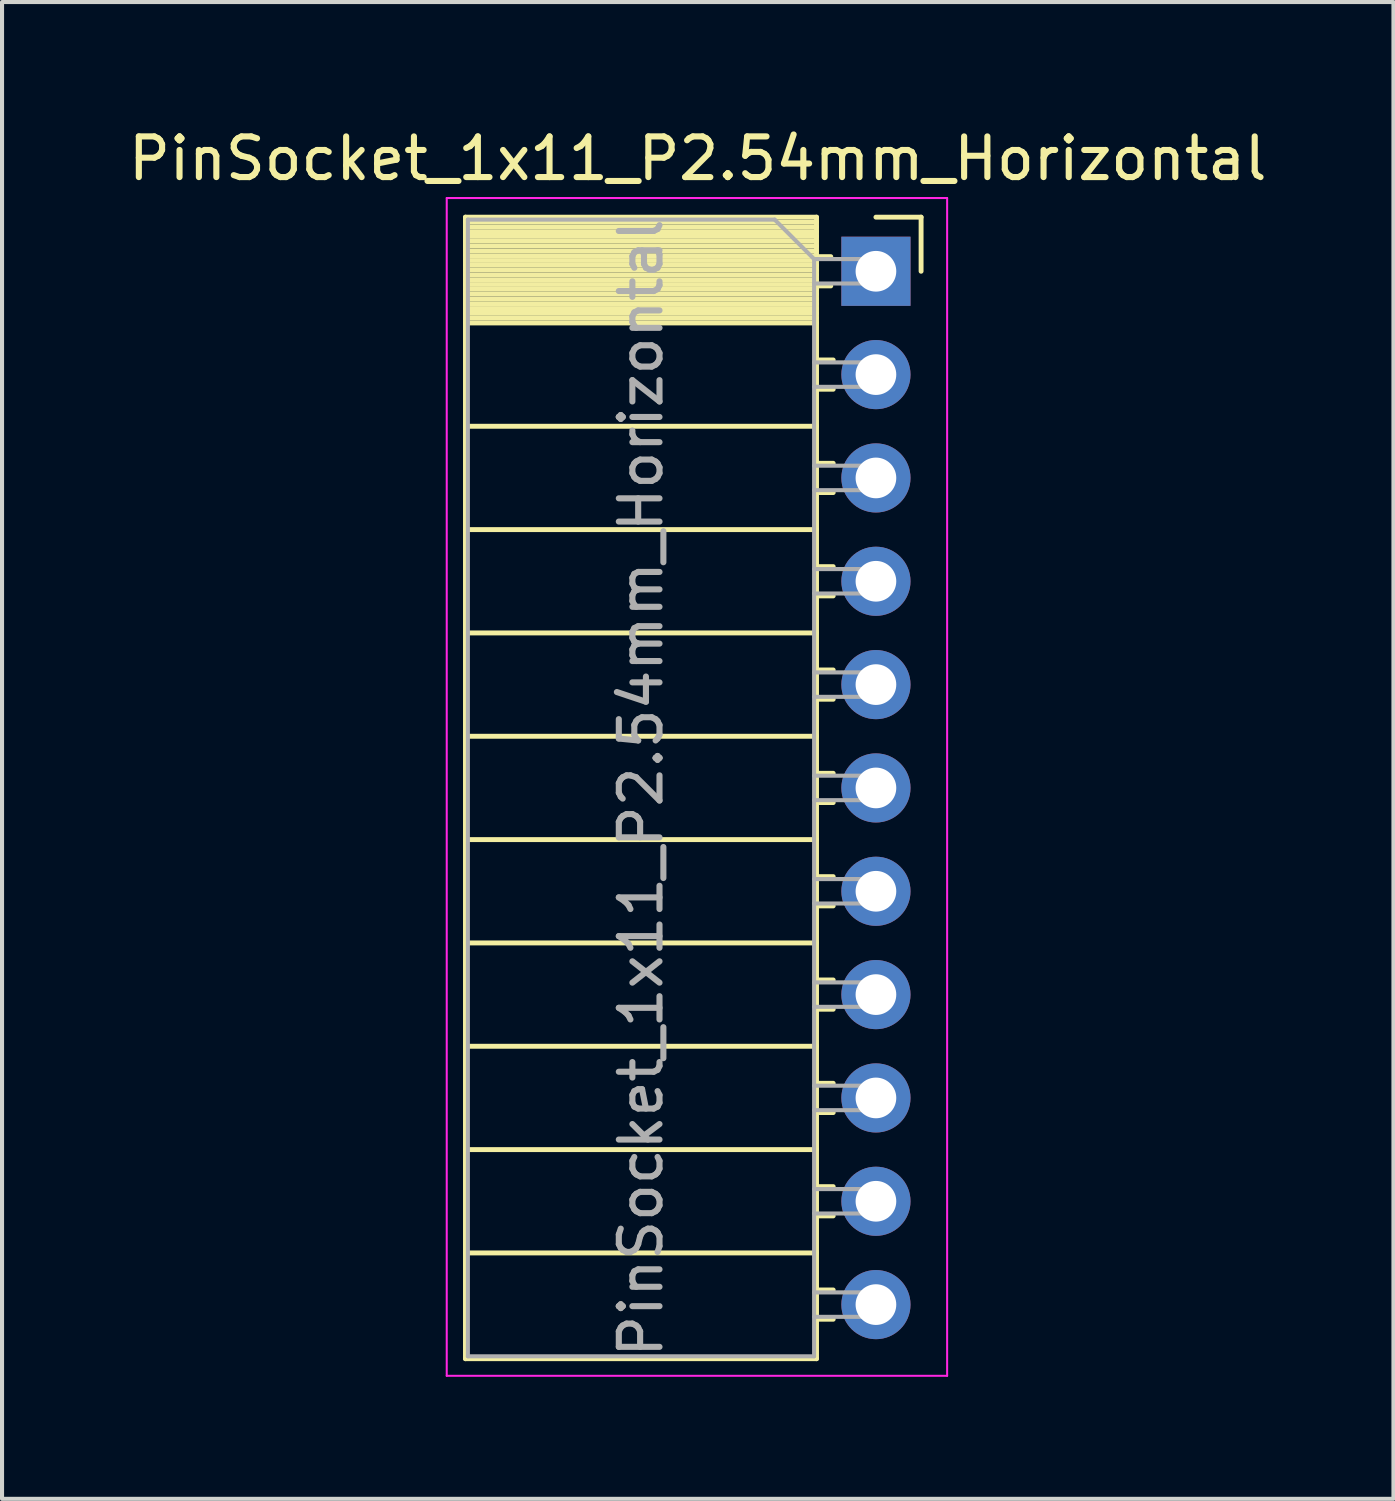
<source format=kicad_pcb>
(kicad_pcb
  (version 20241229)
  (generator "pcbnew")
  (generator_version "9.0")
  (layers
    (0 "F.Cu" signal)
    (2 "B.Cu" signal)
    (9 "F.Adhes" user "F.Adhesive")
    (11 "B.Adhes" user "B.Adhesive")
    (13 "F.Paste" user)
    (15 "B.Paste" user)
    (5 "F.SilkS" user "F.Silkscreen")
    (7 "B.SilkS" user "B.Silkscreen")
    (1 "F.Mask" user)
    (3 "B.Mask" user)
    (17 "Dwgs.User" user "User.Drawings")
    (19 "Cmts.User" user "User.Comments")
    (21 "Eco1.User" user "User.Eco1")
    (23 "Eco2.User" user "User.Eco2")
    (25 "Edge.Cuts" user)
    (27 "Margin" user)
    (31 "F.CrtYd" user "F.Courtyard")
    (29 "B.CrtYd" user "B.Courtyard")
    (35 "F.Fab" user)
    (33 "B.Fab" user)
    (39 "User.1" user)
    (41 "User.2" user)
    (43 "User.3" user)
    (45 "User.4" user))
  (footprint "PinSocket_1x11_P2.54mm_Horizontal"
    (layer "F.Cu")
    (at 18.481 3.618)
    (property "Reference" "PinSocket_1x11_P2.54mm_Horizontal" (at -4.38 -2.77 0) (layer "F.SilkS") (effects (font (size 1 1) (thickness 0.15))))
    (attr through_hole)
    (fp_line (start -10.09 -1.33) (end -10.09 26.73) (stroke (width 0.12) (type solid)) (layer "F.SilkS"))
    (fp_line (start -10.09 -1.33) (end -1.46 -1.33) (stroke (width 0.12) (type solid)) (layer "F.SilkS"))
    (fp_line (start -10.09 -1.21) (end -1.46 -1.21) (stroke (width 0.12) (type solid)) (layer "F.SilkS"))
    (fp_line (start -10.09 -1.092) (end -1.46 -1.092) (stroke (width 0.12) (type solid)) (layer "F.SilkS"))
    (fp_line (start -10.09 -0.974) (end -1.46 -0.974) (stroke (width 0.12) (type solid)) (layer "F.SilkS"))
    (fp_line (start -10.09 -0.856) (end -1.46 -0.856) (stroke (width 0.12) (type solid)) (layer "F.SilkS"))
    (fp_line (start -10.09 -0.738) (end -1.46 -0.738) (stroke (width 0.12) (type solid)) (layer "F.SilkS"))
    (fp_line (start -10.09 -0.62) (end -1.46 -0.62) (stroke (width 0.12) (type solid)) (layer "F.SilkS"))
    (fp_line (start -10.09 -0.501) (end -1.46 -0.501) (stroke (width 0.12) (type solid)) (layer "F.SilkS"))
    (fp_line (start -10.09 -0.383) (end -1.46 -0.383) (stroke (width 0.12) (type solid)) (layer "F.SilkS"))
    (fp_line (start -10.09 -0.265) (end -1.46 -0.265) (stroke (width 0.12) (type solid)) (layer "F.SilkS"))
    (fp_line (start -10.09 -0.147) (end -1.46 -0.147) (stroke (width 0.12) (type solid)) (layer "F.SilkS"))
    (fp_line (start -10.09 -0.029) (end -1.46 -0.029) (stroke (width 0.12) (type solid)) (layer "F.SilkS"))
    (fp_line (start -10.09 0.089) (end -1.46 0.089) (stroke (width 0.12) (type solid)) (layer "F.SilkS"))
    (fp_line (start -10.09 0.207) (end -1.46 0.207) (stroke (width 0.12) (type solid)) (layer "F.SilkS"))
    (fp_line (start -10.09 0.325) (end -1.46 0.325) (stroke (width 0.12) (type solid)) (layer "F.SilkS"))
    (fp_line (start -10.09 0.443) (end -1.46 0.443) (stroke (width 0.12) (type solid)) (layer "F.SilkS"))
    (fp_line (start -10.09 0.561) (end -1.46 0.561) (stroke (width 0.12) (type solid)) (layer "F.SilkS"))
    (fp_line (start -10.09 0.68) (end -1.46 0.68) (stroke (width 0.12) (type solid)) (layer "F.SilkS"))
    (fp_line (start -10.09 0.798) (end -1.46 0.798) (stroke (width 0.12) (type solid)) (layer "F.SilkS"))
    (fp_line (start -10.09 0.916) (end -1.46 0.916) (stroke (width 0.12) (type solid)) (layer "F.SilkS"))
    (fp_line (start -10.09 1.034) (end -1.46 1.034) (stroke (width 0.12) (type solid)) (layer "F.SilkS"))
    (fp_line (start -10.09 1.152) (end -1.46 1.152) (stroke (width 0.12) (type solid)) (layer "F.SilkS"))
    (fp_line (start -10.09 1.27) (end -1.46 1.27) (stroke (width 0.12) (type solid)) (layer "F.SilkS"))
    (fp_line (start -10.09 3.81) (end -1.46 3.81) (stroke (width 0.12) (type solid)) (layer "F.SilkS"))
    (fp_line (start -10.09 6.35) (end -1.46 6.35) (stroke (width 0.12) (type solid)) (layer "F.SilkS"))
    (fp_line (start -10.09 8.89) (end -1.46 8.89) (stroke (width 0.12) (type solid)) (layer "F.SilkS"))
    (fp_line (start -10.09 11.43) (end -1.46 11.43) (stroke (width 0.12) (type solid)) (layer "F.SilkS"))
    (fp_line (start -10.09 13.97) (end -1.46 13.97) (stroke (width 0.12) (type solid)) (layer "F.SilkS"))
    (fp_line (start -10.09 16.51) (end -1.46 16.51) (stroke (width 0.12) (type solid)) (layer "F.SilkS"))
    (fp_line (start -10.09 19.05) (end -1.46 19.05) (stroke (width 0.12) (type solid)) (layer "F.SilkS"))
    (fp_line (start -10.09 21.59) (end -1.46 21.59) (stroke (width 0.12) (type solid)) (layer "F.SilkS"))
    (fp_line (start -10.09 24.13) (end -1.46 24.13) (stroke (width 0.12) (type solid)) (layer "F.SilkS"))
    (fp_line (start -10.09 26.73) (end -1.46 26.73) (stroke (width 0.12) (type solid)) (layer "F.SilkS"))
    (fp_line (start -1.46 -1.33) (end -1.46 26.73) (stroke (width 0.12) (type solid)) (layer "F.SilkS"))
    (fp_line (start -1.46 -0.36) (end -1.11 -0.36) (stroke (width 0.12) (type solid)) (layer "F.SilkS"))
    (fp_line (start -1.46 0.36) (end -1.11 0.36) (stroke (width 0.12) (type solid)) (layer "F.SilkS"))
    (fp_line (start -1.46 2.18) (end -1.05 2.18) (stroke (width 0.12) (type solid)) (layer "F.SilkS"))
    (fp_line (start -1.46 2.9) (end -1.05 2.9) (stroke (width 0.12) (type solid)) (layer "F.SilkS"))
    (fp_line (start -1.46 4.72) (end -1.05 4.72) (stroke (width 0.12) (type solid)) (layer "F.SilkS"))
    (fp_line (start -1.46 5.44) (end -1.05 5.44) (stroke (width 0.12) (type solid)) (layer "F.SilkS"))
    (fp_line (start -1.46 7.26) (end -1.05 7.26) (stroke (width 0.12) (type solid)) (layer "F.SilkS"))
    (fp_line (start -1.46 7.98) (end -1.05 7.98) (stroke (width 0.12) (type solid)) (layer "F.SilkS"))
    (fp_line (start -1.46 9.8) (end -1.05 9.8) (stroke (width 0.12) (type solid)) (layer "F.SilkS"))
    (fp_line (start -1.46 10.52) (end -1.05 10.52) (stroke (width 0.12) (type solid)) (layer "F.SilkS"))
    (fp_line (start -1.46 12.34) (end -1.05 12.34) (stroke (width 0.12) (type solid)) (layer "F.SilkS"))
    (fp_line (start -1.46 13.06) (end -1.05 13.06) (stroke (width 0.12) (type solid)) (layer "F.SilkS"))
    (fp_line (start -1.46 14.88) (end -1.05 14.88) (stroke (width 0.12) (type solid)) (layer "F.SilkS"))
    (fp_line (start -1.46 15.6) (end -1.05 15.6) (stroke (width 0.12) (type solid)) (layer "F.SilkS"))
    (fp_line (start -1.46 17.42) (end -1.05 17.42) (stroke (width 0.12) (type solid)) (layer "F.SilkS"))
    (fp_line (start -1.46 18.14) (end -1.05 18.14) (stroke (width 0.12) (type solid)) (layer "F.SilkS"))
    (fp_line (start -1.46 19.96) (end -1.05 19.96) (stroke (width 0.12) (type solid)) (layer "F.SilkS"))
    (fp_line (start -1.46 20.68) (end -1.05 20.68) (stroke (width 0.12) (type solid)) (layer "F.SilkS"))
    (fp_line (start -1.46 22.5) (end -1.05 22.5) (stroke (width 0.12) (type solid)) (layer "F.SilkS"))
    (fp_line (start -1.46 23.22) (end -1.05 23.22) (stroke (width 0.12) (type solid)) (layer "F.SilkS"))
    (fp_line (start -1.46 25.04) (end -1.05 25.04) (stroke (width 0.12) (type solid)) (layer "F.SilkS"))
    (fp_line (start -1.46 25.76) (end -1.05 25.76) (stroke (width 0.12) (type solid)) (layer "F.SilkS"))
    (fp_line (start 0 -1.33) (end 1.11 -1.33) (stroke (width 0.12) (type solid)) (layer "F.SilkS"))
    (fp_line (start 1.11 -1.33) (end 1.11 0) (stroke (width 0.12) (type solid)) (layer "F.SilkS"))
    (fp_line (start -10.55 -1.8) (end -10.55 27.15) (stroke (width 0.05) (type solid)) (layer "F.CrtYd"))
    (fp_line (start -10.55 27.15) (end 1.75 27.15) (stroke (width 0.05) (type solid)) (layer "F.CrtYd"))
    (fp_line (start 1.75 -1.8) (end -10.55 -1.8) (stroke (width 0.05) (type solid)) (layer "F.CrtYd"))
    (fp_line (start 1.75 27.15) (end 1.75 -1.8) (stroke (width 0.05) (type solid)) (layer "F.CrtYd"))
    (fp_line (start -10.03 -1.27) (end -2.49 -1.27) (stroke (width 0.1) (type solid)) (layer "F.Fab"))
    (fp_line (start -10.03 26.67) (end -10.03 -1.27) (stroke (width 0.1) (type solid)) (layer "F.Fab"))
    (fp_line (start -2.49 -1.27) (end -1.52 -0.3) (stroke (width 0.1) (type solid)) (layer "F.Fab"))
    (fp_line (start -1.52 -0.3) (end -1.52 26.67) (stroke (width 0.1) (type solid)) (layer "F.Fab"))
    (fp_line (start -1.52 0.3) (end 0 0.3) (stroke (width 0.1) (type solid)) (layer "F.Fab"))
    (fp_line (start -1.52 2.84) (end 0 2.84) (stroke (width 0.1) (type solid)) (layer "F.Fab"))
    (fp_line (start -1.52 5.38) (end 0 5.38) (stroke (width 0.1) (type solid)) (layer "F.Fab"))
    (fp_line (start -1.52 7.92) (end 0 7.92) (stroke (width 0.1) (type solid)) (layer "F.Fab"))
    (fp_line (start -1.52 10.46) (end 0 10.46) (stroke (width 0.1) (type solid)) (layer "F.Fab"))
    (fp_line (start -1.52 13) (end 0 13) (stroke (width 0.1) (type solid)) (layer "F.Fab"))
    (fp_line (start -1.52 15.54) (end 0 15.54) (stroke (width 0.1) (type solid)) (layer "F.Fab"))
    (fp_line (start -1.52 18.08) (end 0 18.08) (stroke (width 0.1) (type solid)) (layer "F.Fab"))
    (fp_line (start -1.52 20.62) (end 0 20.62) (stroke (width 0.1) (type solid)) (layer "F.Fab"))
    (fp_line (start -1.52 23.16) (end 0 23.16) (stroke (width 0.1) (type solid)) (layer "F.Fab"))
    (fp_line (start -1.52 25.7) (end 0 25.7) (stroke (width 0.1) (type solid)) (layer "F.Fab"))
    (fp_line (start -1.52 26.67) (end -10.03 26.67) (stroke (width 0.1) (type solid)) (layer "F.Fab"))
    (fp_line (start 0 -0.3) (end -1.52 -0.3) (stroke (width 0.1) (type solid)) (layer "F.Fab"))
    (fp_line (start 0 0.3) (end 0 -0.3) (stroke (width 0.1) (type solid)) (layer "F.Fab"))
    (fp_line (start 0 2.24) (end -1.52 2.24) (stroke (width 0.1) (type solid)) (layer "F.Fab"))
    (fp_line (start 0 2.84) (end 0 2.24) (stroke (width 0.1) (type solid)) (layer "F.Fab"))
    (fp_line (start 0 4.78) (end -1.52 4.78) (stroke (width 0.1) (type solid)) (layer "F.Fab"))
    (fp_line (start 0 5.38) (end 0 4.78) (stroke (width 0.1) (type solid)) (layer "F.Fab"))
    (fp_line (start 0 7.32) (end -1.52 7.32) (stroke (width 0.1) (type solid)) (layer "F.Fab"))
    (fp_line (start 0 7.92) (end 0 7.32) (stroke (width 0.1) (type solid)) (layer "F.Fab"))
    (fp_line (start 0 9.86) (end -1.52 9.86) (stroke (width 0.1) (type solid)) (layer "F.Fab"))
    (fp_line (start 0 10.46) (end 0 9.86) (stroke (width 0.1) (type solid)) (layer "F.Fab"))
    (fp_line (start 0 12.4) (end -1.52 12.4) (stroke (width 0.1) (type solid)) (layer "F.Fab"))
    (fp_line (start 0 13) (end 0 12.4) (stroke (width 0.1) (type solid)) (layer "F.Fab"))
    (fp_line (start 0 14.94) (end -1.52 14.94) (stroke (width 0.1) (type solid)) (layer "F.Fab"))
    (fp_line (start 0 15.54) (end 0 14.94) (stroke (width 0.1) (type solid)) (layer "F.Fab"))
    (fp_line (start 0 17.48) (end -1.52 17.48) (stroke (width 0.1) (type solid)) (layer "F.Fab"))
    (fp_line (start 0 18.08) (end 0 17.48) (stroke (width 0.1) (type solid)) (layer "F.Fab"))
    (fp_line (start 0 20.02) (end -1.52 20.02) (stroke (width 0.1) (type solid)) (layer "F.Fab"))
    (fp_line (start 0 20.62) (end 0 20.02) (stroke (width 0.1) (type solid)) (layer "F.Fab"))
    (fp_line (start 0 22.56) (end -1.52 22.56) (stroke (width 0.1) (type solid)) (layer "F.Fab"))
    (fp_line (start 0 23.16) (end 0 22.56) (stroke (width 0.1) (type solid)) (layer "F.Fab"))
    (fp_line (start 0 25.1) (end -1.52 25.1) (stroke (width 0.1) (type solid)) (layer "F.Fab"))
    (fp_line (start 0 25.7) (end 0 25.1) (stroke (width 0.1) (type solid)) (layer "F.Fab"))
    (fp_text user "${REFERENCE}" (at -5.775 12.7 90) (layer "F.Fab") (effects (font (size 1 1) (thickness 0.15))))
    (pad "1" thru_hole rect (at 0 0) (size 1.7 1.7) (drill 1) (layers "*.Cu" "*.Mask"))
    (pad "2" thru_hole oval (at 0 2.54) (size 1.7 1.7) (drill 1) (layers "*.Cu" "*.Mask"))
    (pad "3" thru_hole oval (at 0 5.08) (size 1.7 1.7) (drill 1) (layers "*.Cu" "*.Mask"))
    (pad "4" thru_hole oval (at 0 7.62) (size 1.7 1.7) (drill 1) (layers "*.Cu" "*.Mask"))
    (pad "5" thru_hole oval (at 0 10.16) (size 1.7 1.7) (drill 1) (layers "*.Cu" "*.Mask"))
    (pad "6" thru_hole oval (at 0 12.7) (size 1.7 1.7) (drill 1) (layers "*.Cu" "*.Mask"))
    (pad "7" thru_hole oval (at 0 15.24) (size 1.7 1.7) (drill 1) (layers "*.Cu" "*.Mask"))
    (pad "8" thru_hole oval (at 0 17.78) (size 1.7 1.7) (drill 1) (layers "*.Cu" "*.Mask"))
    (pad "9" thru_hole oval (at 0 20.32) (size 1.7 1.7) (drill 1) (layers "*.Cu" "*.Mask"))
    (pad "10" thru_hole oval (at 0 22.86) (size 1.7 1.7) (drill 1) (layers "*.Cu" "*.Mask"))
    (pad "11" thru_hole oval (at 0 25.4) (size 1.7 1.7) (drill 1) (layers "*.Cu" "*.Mask")))
  (gr_rect
    (start -3 -3)
    (end 31.202 33.793)
    (stroke (width 0.1) (type default))
    (fill no)
    (layer "Edge.Cuts")))
</source>
